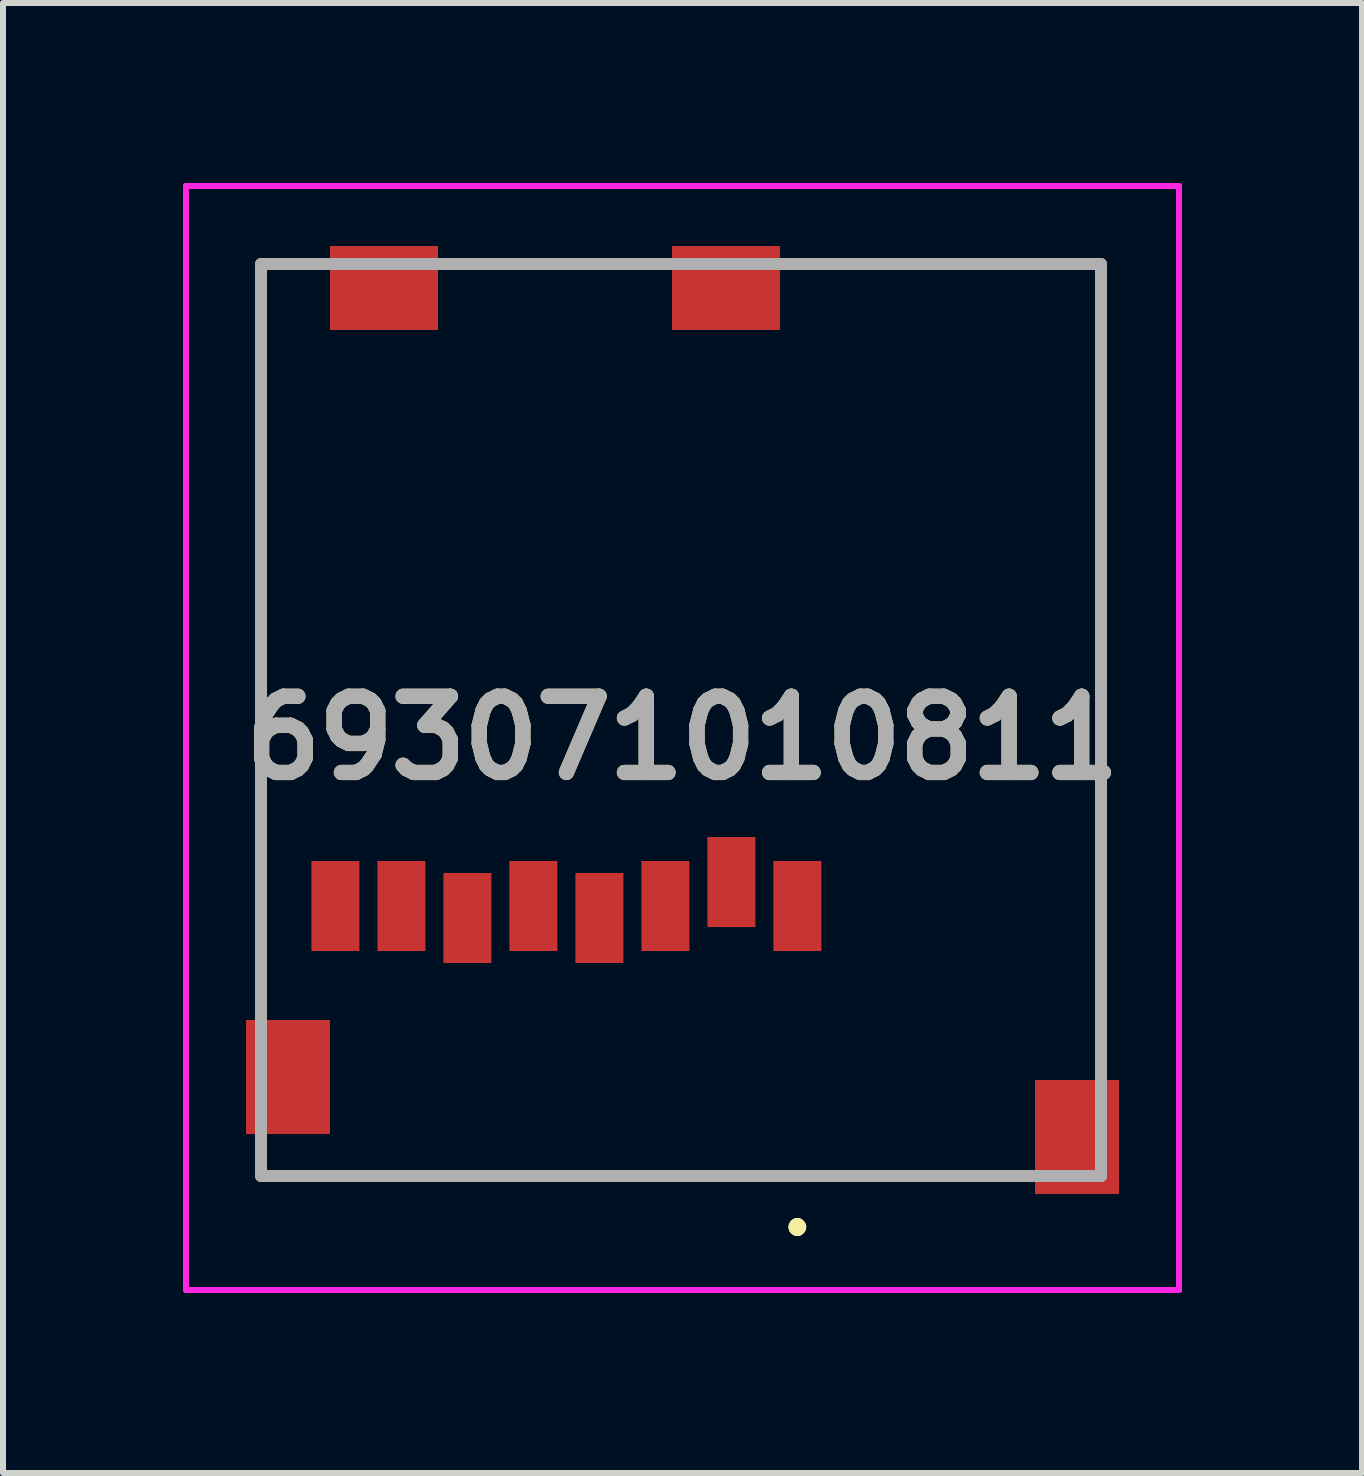
<source format=kicad_pcb>
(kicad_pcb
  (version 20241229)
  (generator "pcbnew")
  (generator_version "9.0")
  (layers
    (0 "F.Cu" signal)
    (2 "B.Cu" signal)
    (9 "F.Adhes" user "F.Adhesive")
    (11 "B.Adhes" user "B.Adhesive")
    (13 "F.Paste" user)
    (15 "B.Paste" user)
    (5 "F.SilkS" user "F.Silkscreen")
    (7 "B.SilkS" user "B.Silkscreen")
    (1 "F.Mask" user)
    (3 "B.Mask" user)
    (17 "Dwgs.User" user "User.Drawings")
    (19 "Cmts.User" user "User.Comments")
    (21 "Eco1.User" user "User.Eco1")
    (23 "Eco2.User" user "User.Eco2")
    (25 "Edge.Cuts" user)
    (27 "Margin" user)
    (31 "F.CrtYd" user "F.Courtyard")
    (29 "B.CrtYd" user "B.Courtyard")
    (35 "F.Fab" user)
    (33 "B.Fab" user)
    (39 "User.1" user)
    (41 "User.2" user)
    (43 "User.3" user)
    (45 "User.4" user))
  (footprint "693071010811"
    (layer "F.Cu")
    (at 8.3 8.95)
    (property "Reference" "693071010811" (at 0.025 0.3 0) (layer "F.SilkS") (effects (font (size 1.27 1.27) (thickness 0.254))))
    (attr smd)
    (fp_line (start -7 -7.6) (end -7 -7.6) (stroke (width 0.1) (type solid)) (layer "F.SilkS"))
    (fp_line (start -7 -7.6) (end -7 -7.6) (stroke (width 0.1) (type solid)) (layer "F.SilkS"))
    (fp_line (start -7 -7.6) (end -7 4.25) (stroke (width 0.1) (type solid)) (layer "F.SilkS"))
    (fp_line (start -7 -7.6) (end -6.5 -7.6) (stroke (width 0.1) (type solid)) (layer "F.SilkS"))
    (fp_line (start -7 4.25) (end -7 -7.6) (stroke (width 0.1) (type solid)) (layer "F.SilkS"))
    (fp_line (start -7 4.25) (end -7 4.25) (stroke (width 0.1) (type solid)) (layer "F.SilkS"))
    (fp_line (start -7 7.6) (end -7 7.6) (stroke (width 0.1) (type solid)) (layer "F.SilkS"))
    (fp_line (start -7 7.6) (end 5.25 7.6) (stroke (width 0.1) (type solid)) (layer "F.SilkS"))
    (fp_line (start -6.5 -7.6) (end -7 -7.6) (stroke (width 0.1) (type solid)) (layer "F.SilkS"))
    (fp_line (start -6.5 -7.6) (end -6.5 -7.6) (stroke (width 0.1) (type solid)) (layer "F.SilkS"))
    (fp_line (start -3.5 -7.6) (end -3.5 -7.6) (stroke (width 0.1) (type solid)) (layer "F.SilkS"))
    (fp_line (start -3.5 -7.6) (end -0.75 -7.6) (stroke (width 0.1) (type solid)) (layer "F.SilkS"))
    (fp_line (start -0.75 -7.6) (end -3.5 -7.6) (stroke (width 0.1) (type solid)) (layer "F.SilkS"))
    (fp_line (start -0.75 -7.6) (end -0.75 -7.6) (stroke (width 0.1) (type solid)) (layer "F.SilkS"))
    (fp_line (start 1.94 8.4) (end 1.94 8.4) (stroke (width 0.2) (type solid)) (layer "F.SilkS"))
    (fp_line (start 1.94 8.4) (end 1.94 8.4) (stroke (width 0.2) (type solid)) (layer "F.SilkS"))
    (fp_line (start 1.94 8.5) (end 1.94 8.5) (stroke (width 0.2) (type solid)) (layer "F.SilkS"))
    (fp_line (start 2.25 -7.6) (end 2.25 -7.6) (stroke (width 0.1) (type solid)) (layer "F.SilkS"))
    (fp_line (start 2.25 -7.6) (end 7 -7.6) (stroke (width 0.1) (type solid)) (layer "F.SilkS"))
    (fp_line (start 5.25 7.6) (end -7 7.6) (stroke (width 0.1) (type solid)) (layer "F.SilkS"))
    (fp_line (start 5.25 7.6) (end 5.25 7.6) (stroke (width 0.1) (type solid)) (layer "F.SilkS"))
    (fp_line (start 7 -7.6) (end 2.25 -7.6) (stroke (width 0.1) (type solid)) (layer "F.SilkS"))
    (fp_line (start 7 -7.6) (end 7 -7.6) (stroke (width 0.1) (type solid)) (layer "F.SilkS"))
    (fp_line (start 7 -7.6) (end 7 -7.6) (stroke (width 0.1) (type solid)) (layer "F.SilkS"))
    (fp_line (start 7 -7.6) (end 7 5.5) (stroke (width 0.1) (type solid)) (layer "F.SilkS"))
    (fp_line (start 7 5.5) (end 7 -7.6) (stroke (width 0.1) (type solid)) (layer "F.SilkS"))
    (fp_line (start 7 5.5) (end 7 5.5) (stroke (width 0.1) (type solid)) (layer "F.SilkS"))
    (fp_arc (start 1.94 8.4) (mid 1.99 8.45) (end 1.94 8.5) (stroke (width 0.2) (type solid)) (layer "F.SilkS"))
    (fp_arc (start 1.94 8.5) (mid 1.89 8.45) (end 1.94 8.4) (stroke (width 0.2) (type solid)) (layer "F.SilkS"))
    (fp_arc (start 1.94 8.5) (mid 1.89 8.45) (end 1.94 8.4) (stroke (width 0.2) (type solid)) (layer "F.SilkS"))
    (fp_line (start -8.25 -8.9) (end 8.3 -8.9) (stroke (width 0.1) (type solid)) (layer "F.CrtYd"))
    (fp_line (start -8.25 9.5) (end -8.25 -8.9) (stroke (width 0.1) (type solid)) (layer "F.CrtYd"))
    (fp_line (start 8.3 -8.9) (end 8.3 9.5) (stroke (width 0.1) (type solid)) (layer "F.CrtYd"))
    (fp_line (start 8.3 9.5) (end -8.25 9.5) (stroke (width 0.1) (type solid)) (layer "F.CrtYd"))
    (fp_line (start -7 -7.6) (end -7 7.6) (stroke (width 0.2) (type solid)) (layer "F.Fab"))
    (fp_line (start -7 7.6) (end 7 7.6) (stroke (width 0.2) (type solid)) (layer "F.Fab"))
    (fp_line (start 7 -7.6) (end -7 -7.6) (stroke (width 0.2) (type solid)) (layer "F.Fab"))
    (fp_line (start 7 7.6) (end 7 -7.6) (stroke (width 0.2) (type solid)) (layer "F.Fab"))
    (fp_text user "${REFERENCE}" (at 0.025 0.3 0) (layer "F.Fab") (effects (font (size 1.27 1.27) (thickness 0.254))))
    (pad "1" smd rect (at 1.94 3.1) (size 0.8 1.5) (layers "F.Cu" "F.Mask" "F.Paste"))
    (pad "2" smd rect (at 0.84 2.7) (size 0.8 1.5) (layers "F.Cu" "F.Mask" "F.Paste"))
    (pad "3" smd rect (at -0.26 3.1) (size 0.8 1.5) (layers "F.Cu" "F.Mask" "F.Paste"))
    (pad "4" smd rect (at -1.36 3.3) (size 0.8 1.5) (layers "F.Cu" "F.Mask" "F.Paste"))
    (pad "5" smd rect (at -2.46 3.1) (size 0.8 1.5) (layers "F.Cu" "F.Mask" "F.Paste"))
    (pad "6" smd rect (at -3.56 3.3) (size 0.8 1.5) (layers "F.Cu" "F.Mask" "F.Paste"))
    (pad "7" smd rect (at -4.66 3.1) (size 0.8 1.5) (layers "F.Cu" "F.Mask" "F.Paste"))
    (pad "8" smd rect (at -5.76 3.1) (size 0.8 1.5) (layers "F.Cu" "F.Mask" "F.Paste"))
    (pad "9" smd rect (at 6.6 6.95) (size 1.4 1.9) (layers "F.Cu" "F.Mask" "F.Paste"))
    (pad "10" smd rect (at 0.75 -7.2 90) (size 1.4 1.8) (layers "F.Cu" "F.Mask" "F.Paste"))
    (pad "11" smd rect (at -6.55 5.95) (size 1.4 1.9) (layers "F.Cu" "F.Mask" "F.Paste"))
    (pad "12" smd rect (at -4.95 -7.2 90) (size 1.4 1.8) (layers "F.Cu" "F.Mask" "F.Paste")))
  (gr_rect
    (start -3 -3)
    (end 19.65 21.5)
    (stroke (width 0.1) (type default))
    (fill no)
    (layer "Edge.Cuts")))
</source>
